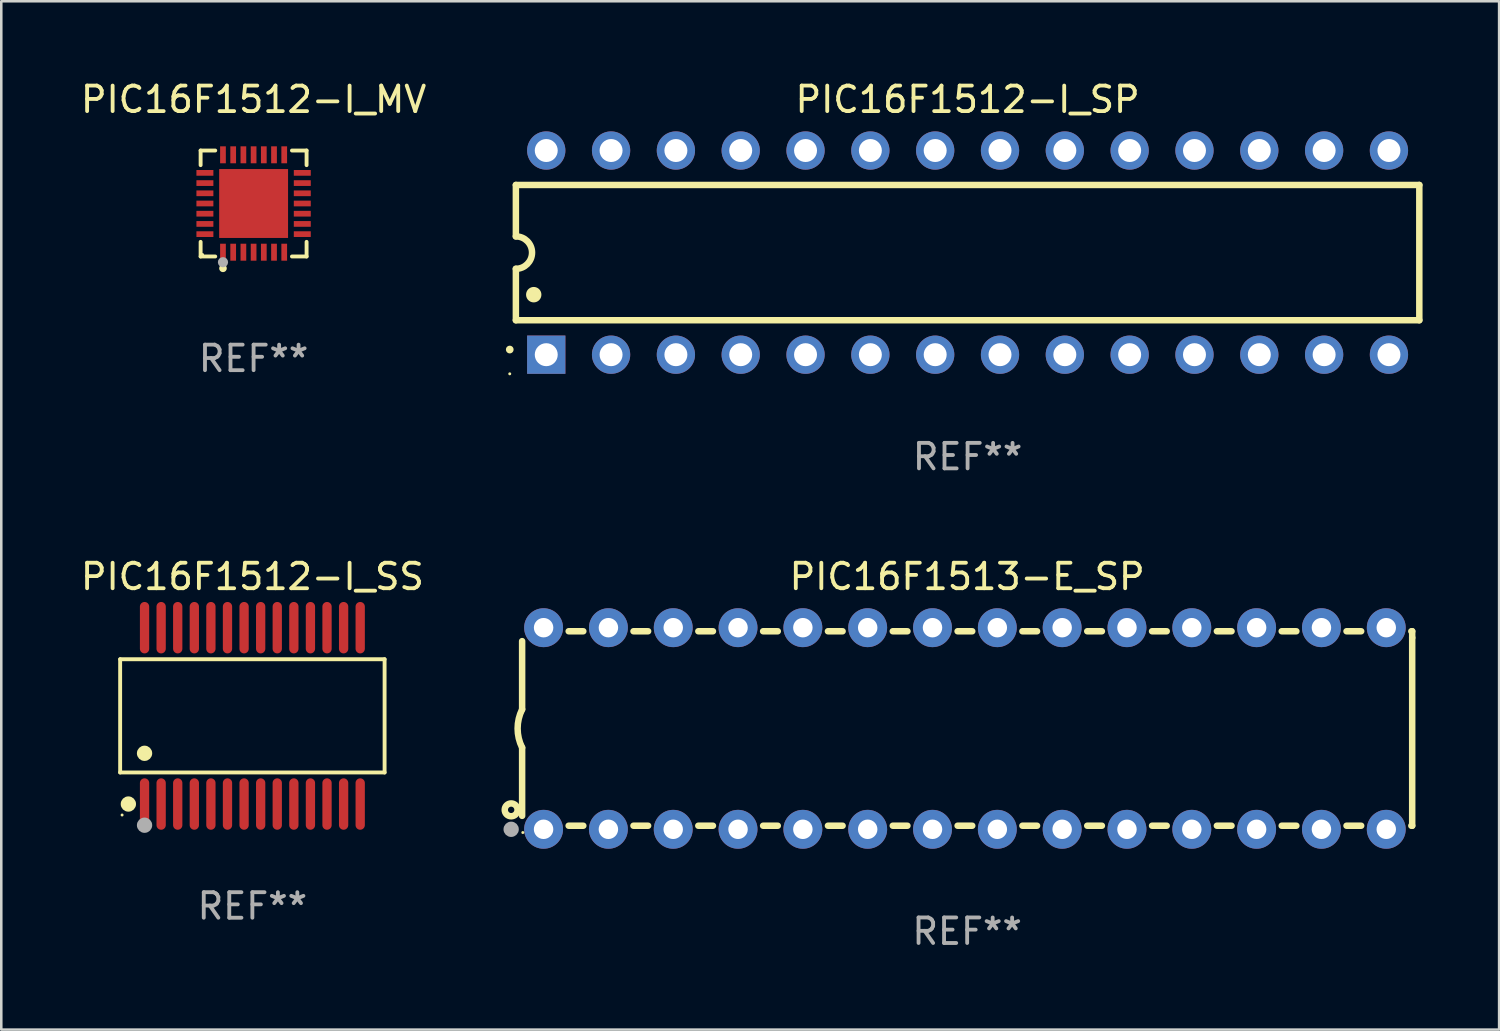
<source format=kicad_pcb>
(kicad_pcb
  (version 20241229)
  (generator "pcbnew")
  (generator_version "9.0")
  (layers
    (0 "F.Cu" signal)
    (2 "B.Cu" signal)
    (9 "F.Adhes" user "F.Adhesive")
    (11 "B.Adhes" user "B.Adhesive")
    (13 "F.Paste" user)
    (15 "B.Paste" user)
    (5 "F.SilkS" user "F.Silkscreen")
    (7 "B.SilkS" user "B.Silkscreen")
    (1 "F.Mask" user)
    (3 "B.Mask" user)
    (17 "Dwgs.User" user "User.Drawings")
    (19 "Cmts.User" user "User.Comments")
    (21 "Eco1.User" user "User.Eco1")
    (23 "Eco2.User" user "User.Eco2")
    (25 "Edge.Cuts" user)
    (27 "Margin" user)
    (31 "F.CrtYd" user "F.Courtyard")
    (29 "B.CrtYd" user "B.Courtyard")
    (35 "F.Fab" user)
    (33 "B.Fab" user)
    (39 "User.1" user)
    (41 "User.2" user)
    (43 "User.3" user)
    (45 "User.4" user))
  (footprint "PIC16F1512-I_SP"
    (layer "F.Cu")
    (at 34.864 6.848)
    (property "Reference" "PIC16F1512-I_SP" (at 0 -6 0) (layer "F.SilkS") (effects (font (size 1 1) (thickness 0.15))))
    (attr through_hole)
    (fp_line (start -17.7 -2.65) (end 17.7 -2.65) (stroke (width 0.254) (type solid)) (layer "F.SilkS"))
    (fp_line (start -17.7 -0.635) (end -17.7 -2.65) (stroke (width 0.254) (type solid)) (layer "F.SilkS"))
    (fp_line (start -17.7 2.65) (end -17.7 0.635) (stroke (width 0.254) (type solid)) (layer "F.SilkS"))
    (fp_line (start 17.7 -2.65) (end 17.7 2.65) (stroke (width 0.254) (type solid)) (layer "F.SilkS"))
    (fp_line (start 17.7 2.65) (end -17.7 2.65) (stroke (width 0.254) (type solid)) (layer "F.SilkS"))
    (fp_arc (start -17.940056 3.799848) (mid -17.940061 3.798578) (end -17.940056 3.797308) (stroke (width 0.3) (type solid)) (layer "F.SilkS"))
    (fp_arc (start -17.701295 -0.635001) (mid -17.066294 0) (end -17.701295 0.635001) (stroke (width 0.254001) (type solid)) (layer "F.SilkS"))
    (fp_arc (start -17.000254 1.651003) (mid -17.000265 1.648463) (end -17.000254 1.645923) (stroke (width 0.6) (type solid)) (layer "F.SilkS"))
    (fp_circle (center -17.94 4.75) (end -17.91 4.75) (stroke (width 0.06) (type solid)) (fill no) (layer "F.SilkS"))
    (fp_text user "REF**" (at 0 8 0) (layer "F.Fab") (effects (font (size 1 1) (thickness 0.15))))
    (pad "1" thru_hole rect (at -16.51 4 90) (size 1.5 1.5) (drill 0.9) (layers "*.Cu" "*.Mask"))
    (pad "2" thru_hole circle (at -13.97 4) (size 1.5 1.5) (drill 0.9) (layers "*.Cu" "*.Mask"))
    (pad "3" thru_hole circle (at -11.43 4) (size 1.5 1.5) (drill 0.9) (layers "*.Cu" "*.Mask"))
    (pad "4" thru_hole circle (at -8.89 4) (size 1.5 1.5) (drill 0.9) (layers "*.Cu" "*.Mask"))
    (pad "5" thru_hole circle (at -6.35 4) (size 1.5 1.5) (drill 0.9) (layers "*.Cu" "*.Mask"))
    (pad "6" thru_hole circle (at -3.81 4) (size 1.5 1.5) (drill 0.9) (layers "*.Cu" "*.Mask"))
    (pad "7" thru_hole circle (at -1.27 4) (size 1.5 1.5) (drill 0.9) (layers "*.Cu" "*.Mask"))
    (pad "8" thru_hole circle (at 1.27 4) (size 1.5 1.5) (drill 0.9) (layers "*.Cu" "*.Mask"))
    (pad "9" thru_hole circle (at 3.81 4) (size 1.5 1.5) (drill 0.9) (layers "*.Cu" "*.Mask"))
    (pad "10" thru_hole circle (at 6.35 4) (size 1.5 1.5) (drill 0.9) (layers "*.Cu" "*.Mask"))
    (pad "11" thru_hole circle (at 8.89 4) (size 1.5 1.5) (drill 0.9) (layers "*.Cu" "*.Mask"))
    (pad "12" thru_hole circle (at 11.43 4) (size 1.5 1.5) (drill 0.9) (layers "*.Cu" "*.Mask"))
    (pad "13" thru_hole circle (at 13.97 4) (size 1.5 1.5) (drill 0.9) (layers "*.Cu" "*.Mask"))
    (pad "14" thru_hole circle (at 16.51 4) (size 1.5 1.5) (drill 0.9) (layers "*.Cu" "*.Mask"))
    (pad "15" thru_hole circle (at 16.51 -4) (size 1.5 1.5) (drill 0.9) (layers "*.Cu" "*.Mask"))
    (pad "16" thru_hole circle (at 13.97 -4) (size 1.5 1.5) (drill 0.9) (layers "*.Cu" "*.Mask"))
    (pad "17" thru_hole circle (at 11.43 -4) (size 1.5 1.5) (drill 0.9) (layers "*.Cu" "*.Mask"))
    (pad "18" thru_hole circle (at 8.89 -4) (size 1.5 1.5) (drill 0.9) (layers "*.Cu" "*.Mask"))
    (pad "19" thru_hole circle (at 6.35 -4) (size 1.5 1.5) (drill 0.9) (layers "*.Cu" "*.Mask"))
    (pad "20" thru_hole circle (at 3.81 -4) (size 1.5 1.5) (drill 0.9) (layers "*.Cu" "*.Mask"))
    (pad "21" thru_hole circle (at 1.27 -4) (size 1.5 1.5) (drill 0.9) (layers "*.Cu" "*.Mask"))
    (pad "22" thru_hole circle (at -1.27 -4) (size 1.5 1.5) (drill 0.9) (layers "*.Cu" "*.Mask"))
    (pad "23" thru_hole circle (at -3.81 -4) (size 1.5 1.5) (drill 0.9) (layers "*.Cu" "*.Mask"))
    (pad "24" thru_hole circle (at -6.35 -4) (size 1.5 1.5) (drill 0.9) (layers "*.Cu" "*.Mask"))
    (pad "25" thru_hole circle (at -8.89 -4) (size 1.5 1.5) (drill 0.9) (layers "*.Cu" "*.Mask"))
    (pad "26" thru_hole circle (at -11.43 -4) (size 1.5 1.5) (drill 0.9) (layers "*.Cu" "*.Mask"))
    (pad "27" thru_hole circle (at -13.97 -4) (size 1.5 1.5) (drill 0.9) (layers "*.Cu" "*.Mask"))
    (pad "28" thru_hole circle (at -16.51 -4) (size 1.5 1.5) (drill 0.9) (layers "*.Cu" "*.Mask")))
  (footprint "PIC16F1512-I_SS"
    (layer "F.Cu")
    (at 6.839 25)
    (property "Reference" "PIC16F1512-I_SS" (at 0 -5.455 0) (layer "F.SilkS") (effects (font (size 1 1) (thickness 0.15))))
    (attr through_hole)
    (fp_line (start -5.181 -2.219) (end 5.181 -2.219) (stroke (width 0.152) (type solid)) (layer "F.SilkS"))
    (fp_line (start -5.181 2.219) (end -5.181 -2.219) (stroke (width 0.152) (type solid)) (layer "F.SilkS"))
    (fp_line (start 5.181 -2.219) (end 5.181 2.219) (stroke (width 0.152) (type solid)) (layer "F.SilkS"))
    (fp_line (start 5.181 2.219) (end -5.181 2.219) (stroke (width 0.152) (type solid)) (layer "F.SilkS"))
    (fp_circle (center -5.105 3.885) (end -5.075 3.885) (stroke (width 0.06) (type solid)) (fill no) (layer "F.SilkS"))
    (fp_circle (center -4.859 3.455) (end -4.709 3.455) (stroke (width 0.3) (type solid)) (fill no) (layer "F.SilkS"))
    (fp_circle (center -4.225 1.467) (end -4.075 1.467) (stroke (width 0.3) (type solid)) (fill no) (layer "F.SilkS"))
    (fp_circle (center -4.225 4.285) (end -4.075 4.285) (stroke (width 0.3) (type solid)) (fill no) (layer "F.Fab"))
    (fp_text user "REF**" (at 0 7.455 0) (layer "F.Fab") (effects (font (size 1 1) (thickness 0.15))))
    (pad "1" smd oval (at -4.225 3.455) (size 0.364 2.015) (layers "F.Cu" "F.Mask" "F.Paste"))
    (pad "2" smd oval (at -3.575 3.455) (size 0.364 2.015) (layers "F.Cu" "F.Mask" "F.Paste"))
    (pad "3" smd oval (at -2.925 3.455) (size 0.364 2.015) (layers "F.Cu" "F.Mask" "F.Paste"))
    (pad "4" smd oval (at -2.275 3.455) (size 0.364 2.015) (layers "F.Cu" "F.Mask" "F.Paste"))
    (pad "5" smd oval (at -1.625 3.455) (size 0.364 2.015) (layers "F.Cu" "F.Mask" "F.Paste"))
    (pad "6" smd oval (at -0.975 3.455) (size 0.364 2.015) (layers "F.Cu" "F.Mask" "F.Paste"))
    (pad "7" smd oval (at -0.325 3.455) (size 0.364 2.015) (layers "F.Cu" "F.Mask" "F.Paste"))
    (pad "8" smd oval (at 0.325 3.455) (size 0.364 2.015) (layers "F.Cu" "F.Mask" "F.Paste"))
    (pad "9" smd oval (at 0.975 3.455) (size 0.364 2.015) (layers "F.Cu" "F.Mask" "F.Paste"))
    (pad "10" smd oval (at 1.625 3.455) (size 0.364 2.015) (layers "F.Cu" "F.Mask" "F.Paste"))
    (pad "11" smd oval (at 2.275 3.455) (size 0.364 2.015) (layers "F.Cu" "F.Mask" "F.Paste"))
    (pad "12" smd oval (at 2.925 3.455) (size 0.364 2.015) (layers "F.Cu" "F.Mask" "F.Paste"))
    (pad "13" smd oval (at 3.575 3.455) (size 0.364 2.015) (layers "F.Cu" "F.Mask" "F.Paste"))
    (pad "14" smd oval (at 4.225 3.455) (size 0.364 2.015) (layers "F.Cu" "F.Mask" "F.Paste"))
    (pad "15" smd oval (at 4.225 -3.455) (size 0.364 2.015) (layers "F.Cu" "F.Mask" "F.Paste"))
    (pad "16" smd oval (at 3.575 -3.455) (size 0.364 2.015) (layers "F.Cu" "F.Mask" "F.Paste"))
    (pad "17" smd oval (at 2.925 -3.455) (size 0.364 2.015) (layers "F.Cu" "F.Mask" "F.Paste"))
    (pad "18" smd oval (at 2.275 -3.455) (size 0.364 2.015) (layers "F.Cu" "F.Mask" "F.Paste"))
    (pad "19" smd oval (at 1.625 -3.455) (size 0.364 2.015) (layers "F.Cu" "F.Mask" "F.Paste"))
    (pad "20" smd oval (at 0.975 -3.455) (size 0.364 2.015) (layers "F.Cu" "F.Mask" "F.Paste"))
    (pad "21" smd oval (at 0.325 -3.455) (size 0.364 2.015) (layers "F.Cu" "F.Mask" "F.Paste"))
    (pad "22" smd oval (at -0.325 -3.455) (size 0.364 2.015) (layers "F.Cu" "F.Mask" "F.Paste"))
    (pad "23" smd oval (at -0.975 -3.455) (size 0.364 2.015) (layers "F.Cu" "F.Mask" "F.Paste"))
    (pad "24" smd oval (at -1.625 -3.455) (size 0.364 2.015) (layers "F.Cu" "F.Mask" "F.Paste"))
    (pad "25" smd oval (at -2.275 -3.455) (size 0.364 2.015) (layers "F.Cu" "F.Mask" "F.Paste"))
    (pad "26" smd oval (at -2.925 -3.455) (size 0.364 2.015) (layers "F.Cu" "F.Mask" "F.Paste"))
    (pad "27" smd oval (at -3.575 -3.455) (size 0.364 2.015) (layers "F.Cu" "F.Mask" "F.Paste"))
    (pad "28" smd oval (at -4.225 -3.455) (size 0.364 2.015) (layers "F.Cu" "F.Mask" "F.Paste")))
  (footprint "PIC16F1512-I_MV"
    (layer "F.Cu")
    (at 6.887 4.924)
    (property "Reference" "PIC16F1512-I_MV" (at 0 -4.076 0) (layer "F.SilkS") (effects (font (size 1 1) (thickness 0.15))))
    (attr through_hole)
    (fp_line (start -2.076 -2.076) (end -1.503 -2.076) (stroke (width 0.152) (type solid)) (layer "F.SilkS"))
    (fp_line (start -2.076 -1.503) (end -2.076 -2.076) (stroke (width 0.152) (type solid)) (layer "F.SilkS"))
    (fp_line (start -2.076 1.503) (end -2.076 2.076) (stroke (width 0.152) (type solid)) (layer "F.SilkS"))
    (fp_line (start -2.076 2.076) (end -1.503 2.076) (stroke (width 0.152) (type solid)) (layer "F.SilkS"))
    (fp_line (start 2.076 -2.076) (end 1.503 -2.076) (stroke (width 0.152) (type solid)) (layer "F.SilkS"))
    (fp_line (start 2.076 -1.503) (end 2.076 -2.076) (stroke (width 0.152) (type solid)) (layer "F.SilkS"))
    (fp_line (start 2.076 1.503) (end 2.076 2.076) (stroke (width 0.152) (type solid)) (layer "F.SilkS"))
    (fp_line (start 2.076 2.076) (end 1.503 2.076) (stroke (width 0.152) (type solid)) (layer "F.SilkS"))
    (fp_circle (center -2 2) (end -1.97 2) (stroke (width 0.06) (type solid)) (fill no) (layer "F.SilkS"))
    (fp_circle (center -1.2 2.54) (end -1.125 2.54) (stroke (width 0.15) (type solid)) (fill no) (layer "F.SilkS"))
    (fp_circle (center -1.2 2.3) (end -1.1 2.3) (stroke (width 0.2) (type solid)) (fill no) (layer "F.Fab"))
    (fp_text user "REF**" (at 0 6.076 0) (layer "F.Fab") (effects (font (size 1 1) (thickness 0.15))))
    (pad "1" smd rect (at -1.2 1.908) (size 0.224 0.665) (layers "F.Cu" "F.Mask" "F.Paste"))
    (pad "2" smd rect (at -0.8 1.908) (size 0.224 0.665) (layers "F.Cu" "F.Mask" "F.Paste"))
    (pad "3" smd rect (at -0.4 1.908) (size 0.224 0.665) (layers "F.Cu" "F.Mask" "F.Paste"))
    (pad "4" smd rect (at 0 1.908) (size 0.224 0.665) (layers "F.Cu" "F.Mask" "F.Paste"))
    (pad "5" smd rect (at 0.4 1.908) (size 0.224 0.665) (layers "F.Cu" "F.Mask" "F.Paste"))
    (pad "6" smd rect (at 0.8 1.908) (size 0.224 0.665) (layers "F.Cu" "F.Mask" "F.Paste"))
    (pad "7" smd rect (at 1.2 1.908) (size 0.224 0.665) (layers "F.Cu" "F.Mask" "F.Paste"))
    (pad "8" smd rect (at 1.908 1.2) (size 0.665 0.224) (layers "F.Cu" "F.Mask" "F.Paste"))
    (pad "9" smd rect (at 1.908 0.8) (size 0.665 0.224) (layers "F.Cu" "F.Mask" "F.Paste"))
    (pad "10" smd rect (at 1.908 0.4) (size 0.665 0.224) (layers "F.Cu" "F.Mask" "F.Paste"))
    (pad "11" smd rect (at 1.908 0) (size 0.665 0.224) (layers "F.Cu" "F.Mask" "F.Paste"))
    (pad "12" smd rect (at 1.908 -0.4) (size 0.665 0.224) (layers "F.Cu" "F.Mask" "F.Paste"))
    (pad "13" smd rect (at 1.908 -0.8) (size 0.665 0.224) (layers "F.Cu" "F.Mask" "F.Paste"))
    (pad "14" smd rect (at 1.908 -1.2) (size 0.665 0.224) (layers "F.Cu" "F.Mask" "F.Paste"))
    (pad "15" smd rect (at 1.2 -1.908) (size 0.224 0.665) (layers "F.Cu" "F.Mask" "F.Paste"))
    (pad "16" smd rect (at 0.8 -1.908) (size 0.224 0.665) (layers "F.Cu" "F.Mask" "F.Paste"))
    (pad "17" smd rect (at 0.4 -1.908) (size 0.224 0.665) (layers "F.Cu" "F.Mask" "F.Paste"))
    (pad "18" smd rect (at 0 -1.908) (size 0.224 0.665) (layers "F.Cu" "F.Mask" "F.Paste"))
    (pad "19" smd rect (at -0.4 -1.908) (size 0.224 0.665) (layers "F.Cu" "F.Mask" "F.Paste"))
    (pad "20" smd rect (at -0.8 -1.908) (size 0.224 0.665) (layers "F.Cu" "F.Mask" "F.Paste"))
    (pad "21" smd rect (at -1.2 -1.908) (size 0.224 0.665) (layers "F.Cu" "F.Mask" "F.Paste"))
    (pad "22" smd rect (at -1.908 -1.2) (size 0.665 0.224) (layers "F.Cu" "F.Mask" "F.Paste"))
    (pad "23" smd rect (at -1.908 -0.8) (size 0.665 0.224) (layers "F.Cu" "F.Mask" "F.Paste"))
    (pad "24" smd rect (at -1.908 -0.4) (size 0.665 0.224) (layers "F.Cu" "F.Mask" "F.Paste"))
    (pad "25" smd rect (at -1.908 0) (size 0.665 0.224) (layers "F.Cu" "F.Mask" "F.Paste"))
    (pad "26" smd rect (at -1.908 0.4) (size 0.665 0.224) (layers "F.Cu" "F.Mask" "F.Paste"))
    (pad "27" smd rect (at -1.908 0.8) (size 0.665 0.224) (layers "F.Cu" "F.Mask" "F.Paste"))
    (pad "28" smd rect (at -1.908 1.2) (size 0.665 0.224) (layers "F.Cu" "F.Mask" "F.Paste"))
    (pad "29" smd rect (at 0 0) (size 2.7 2.7) (layers "F.Cu" "F.Mask" "F.Paste")))
  (footprint "PIC16F1513-E_SP"
    (layer "F.Cu")
    (at 34.847 25.495)
    (property "Reference" "PIC16F1513-E_SP" (at 0 -5.95 0) (layer "F.SilkS") (effects (font (size 1 1) (thickness 0.15))))
    (attr through_hole)
    (fp_line (start -17.438 0.75) (end -17.438 3.423) (stroke (width 0.254) (type solid)) (layer "F.SilkS"))
    (fp_line (start -17.438 -3.423) (end -17.438 -0.75) (stroke (width 0.254) (type solid)) (layer "F.SilkS"))
    (fp_line (start -15.615 3.81) (end -15.041 3.81) (stroke (width 0.254) (type solid)) (layer "F.SilkS"))
    (fp_line (start -15.041 -3.81) (end -15.614 -3.81) (stroke (width 0.254) (type solid)) (layer "F.SilkS"))
    (fp_line (start -13.075 3.81) (end -12.501 3.81) (stroke (width 0.254) (type solid)) (layer "F.SilkS"))
    (fp_line (start -12.501 -3.81) (end -13.074 -3.81) (stroke (width 0.254) (type solid)) (layer "F.SilkS"))
    (fp_line (start -10.535 3.81) (end -9.961 3.81) (stroke (width 0.254) (type solid)) (layer "F.SilkS"))
    (fp_line (start -9.961 -3.81) (end -10.534 -3.81) (stroke (width 0.254) (type solid)) (layer "F.SilkS"))
    (fp_line (start -7.995 3.81) (end -7.421 3.81) (stroke (width 0.254) (type solid)) (layer "F.SilkS"))
    (fp_line (start -7.421 -3.81) (end -7.995 -3.81) (stroke (width 0.254) (type solid)) (layer "F.SilkS"))
    (fp_line (start -5.455 3.81) (end -4.881 3.81) (stroke (width 0.254) (type solid)) (layer "F.SilkS"))
    (fp_line (start -4.881 -3.81) (end -5.455 -3.81) (stroke (width 0.254) (type solid)) (layer "F.SilkS"))
    (fp_line (start -2.915 3.81) (end -2.341 3.81) (stroke (width 0.254) (type solid)) (layer "F.SilkS"))
    (fp_line (start -2.341 -3.81) (end -2.915 -3.81) (stroke (width 0.254) (type solid)) (layer "F.SilkS"))
    (fp_line (start -0.375 3.81) (end 0.199 3.81) (stroke (width 0.254) (type solid)) (layer "F.SilkS"))
    (fp_line (start 0.199 -3.81) (end -0.375 -3.81) (stroke (width 0.254) (type solid)) (layer "F.SilkS"))
    (fp_line (start 2.165 3.81) (end 2.739 3.81) (stroke (width 0.254) (type solid)) (layer "F.SilkS"))
    (fp_line (start 2.739 -3.81) (end 2.165 -3.81) (stroke (width 0.254) (type solid)) (layer "F.SilkS"))
    (fp_line (start 4.705 3.81) (end 5.279 3.81) (stroke (width 0.254) (type solid)) (layer "F.SilkS"))
    (fp_line (start 5.279 -3.81) (end 4.705 -3.81) (stroke (width 0.254) (type solid)) (layer "F.SilkS"))
    (fp_line (start 7.245 3.81) (end 7.819 3.81) (stroke (width 0.254) (type solid)) (layer "F.SilkS"))
    (fp_line (start 7.819 -3.81) (end 7.245 -3.81) (stroke (width 0.254) (type solid)) (layer "F.SilkS"))
    (fp_line (start 9.785 3.81) (end 10.359 3.81) (stroke (width 0.254) (type solid)) (layer "F.SilkS"))
    (fp_line (start 10.359 -3.81) (end 9.785 -3.81) (stroke (width 0.254) (type solid)) (layer "F.SilkS"))
    (fp_line (start 12.325 3.81) (end 12.899 3.81) (stroke (width 0.254) (type solid)) (layer "F.SilkS"))
    (fp_line (start 12.899 -3.81) (end 12.325 -3.81) (stroke (width 0.254) (type solid)) (layer "F.SilkS"))
    (fp_line (start 14.865 3.81) (end 15.439 3.81) (stroke (width 0.254) (type solid)) (layer "F.SilkS"))
    (fp_line (start 15.439 -3.81) (end 14.865 -3.81) (stroke (width 0.254) (type solid)) (layer "F.SilkS"))
    (fp_line (start 17.405 3.81) (end 17.438 3.81) (stroke (width 0.254) (type solid)) (layer "F.SilkS"))
    (fp_line (start 17.438 -3.81) (end 17.405 -3.81) (stroke (width 0.254) (type solid)) (layer "F.SilkS"))
    (fp_line (start 17.438 -3.556) (end 17.438 -3.81) (stroke (width 0.254) (type solid)) (layer "F.SilkS"))
    (fp_line (start 17.438 3.81) (end 17.438 -3.556) (stroke (width 0.254) (type solid)) (layer "F.SilkS"))
    (fp_arc (start -17.437986 0.749657) (mid -17.614887 -0.000024) (end -17.437783 -0.749657) (stroke (width 0.254001) (type solid)) (layer "F.SilkS"))
    (fp_circle (center -17.868 3.188) (end -17.743 3.188) (stroke (width 0.254) (type solid)) (fill no) (layer "F.SilkS"))
    (fp_circle (center -17.411 4.077) (end -17.381 4.077) (stroke (width 0.06) (type solid)) (fill no) (layer "F.SilkS"))
    (fp_circle (center -17.868 3.95) (end -17.718 3.95) (stroke (width 0.3) (type solid)) (fill no) (layer "F.Fab"))
    (fp_text user "REF**" (at 0 7.95 0) (layer "F.Fab") (effects (font (size 1 1) (thickness 0.15))))
    (pad "1" thru_hole circle (at -16.598 3.95) (size 1.524 1.524) (drill 0.762) (layers "*.Cu" "*.Mask"))
    (pad "2" thru_hole circle (at -14.058 3.95) (size 1.524 1.524) (drill 0.762) (layers "*.Cu" "*.Mask"))
    (pad "3" thru_hole circle (at -11.518 3.95) (size 1.524 1.524) (drill 0.762) (layers "*.Cu" "*.Mask"))
    (pad "4" thru_hole circle (at -8.978 3.95) (size 1.524 1.524) (drill 0.762) (layers "*.Cu" "*.Mask"))
    (pad "5" thru_hole circle (at -6.438 3.95) (size 1.524 1.524) (drill 0.762) (layers "*.Cu" "*.Mask"))
    (pad "6" thru_hole circle (at -3.898 3.95) (size 1.524 1.524) (drill 0.762) (layers "*.Cu" "*.Mask"))
    (pad "7" thru_hole circle (at -1.358 3.95) (size 1.524 1.524) (drill 0.762) (layers "*.Cu" "*.Mask"))
    (pad "8" thru_hole circle (at 1.182 3.95) (size 1.524 1.524) (drill 0.762) (layers "*.Cu" "*.Mask"))
    (pad "9" thru_hole circle (at 3.722 3.95) (size 1.524 1.524) (drill 0.762) (layers "*.Cu" "*.Mask"))
    (pad "10" thru_hole circle (at 6.262 3.95) (size 1.524 1.524) (drill 0.762) (layers "*.Cu" "*.Mask"))
    (pad "11" thru_hole circle (at 8.802 3.95) (size 1.524 1.524) (drill 0.762) (layers "*.Cu" "*.Mask"))
    (pad "12" thru_hole circle (at 11.342 3.95) (size 1.524 1.524) (drill 0.762) (layers "*.Cu" "*.Mask"))
    (pad "13" thru_hole circle (at 13.882 3.95) (size 1.524 1.524) (drill 0.762) (layers "*.Cu" "*.Mask"))
    (pad "14" thru_hole circle (at 16.422 3.95) (size 1.524 1.524) (drill 0.762) (layers "*.Cu" "*.Mask"))
    (pad "15" thru_hole circle (at 16.422 -3.95) (size 1.524 1.524) (drill 0.762) (layers "*.Cu" "*.Mask"))
    (pad "16" thru_hole circle (at 13.882 -3.95) (size 1.524 1.524) (drill 0.762) (layers "*.Cu" "*.Mask"))
    (pad "17" thru_hole circle (at 11.342 -3.95) (size 1.524 1.524) (drill 0.762) (layers "*.Cu" "*.Mask"))
    (pad "18" thru_hole circle (at 8.802 -3.95) (size 1.524 1.524) (drill 0.762) (layers "*.Cu" "*.Mask"))
    (pad "19" thru_hole circle (at 6.262 -3.95) (size 1.524 1.524) (drill 0.762) (layers "*.Cu" "*.Mask"))
    (pad "20" thru_hole circle (at 3.722 -3.95) (size 1.524 1.524) (drill 0.762) (layers "*.Cu" "*.Mask"))
    (pad "21" thru_hole circle (at 1.182 -3.95) (size 1.524 1.524) (drill 0.762) (layers "*.Cu" "*.Mask"))
    (pad "22" thru_hole circle (at -1.358 -3.95) (size 1.524 1.524) (drill 0.762) (layers "*.Cu" "*.Mask"))
    (pad "23" thru_hole circle (at -3.898 -3.95) (size 1.524 1.524) (drill 0.762) (layers "*.Cu" "*.Mask"))
    (pad "24" thru_hole circle (at -6.438 -3.95) (size 1.524 1.524) (drill 0.762) (layers "*.Cu" "*.Mask"))
    (pad "25" thru_hole circle (at -8.978 -3.95) (size 1.524 1.524) (drill 0.762) (layers "*.Cu" "*.Mask"))
    (pad "26" thru_hole circle (at -11.517 -3.95) (size 1.524 1.524) (drill 0.762) (layers "*.Cu" "*.Mask"))
    (pad "27" thru_hole circle (at -14.057 -3.95) (size 1.524 1.524) (drill 0.762) (layers "*.Cu" "*.Mask"))
    (pad "28" thru_hole circle (at -16.597 -3.95) (size 1.524 1.524) (drill 0.762) (layers "*.Cu" "*.Mask")))
  (gr_rect
    (start -3 -3)
    (end 55.691 37.293)
    (stroke (width 0.1) (type default))
    (fill no)
    (layer "Edge.Cuts")))
</source>
